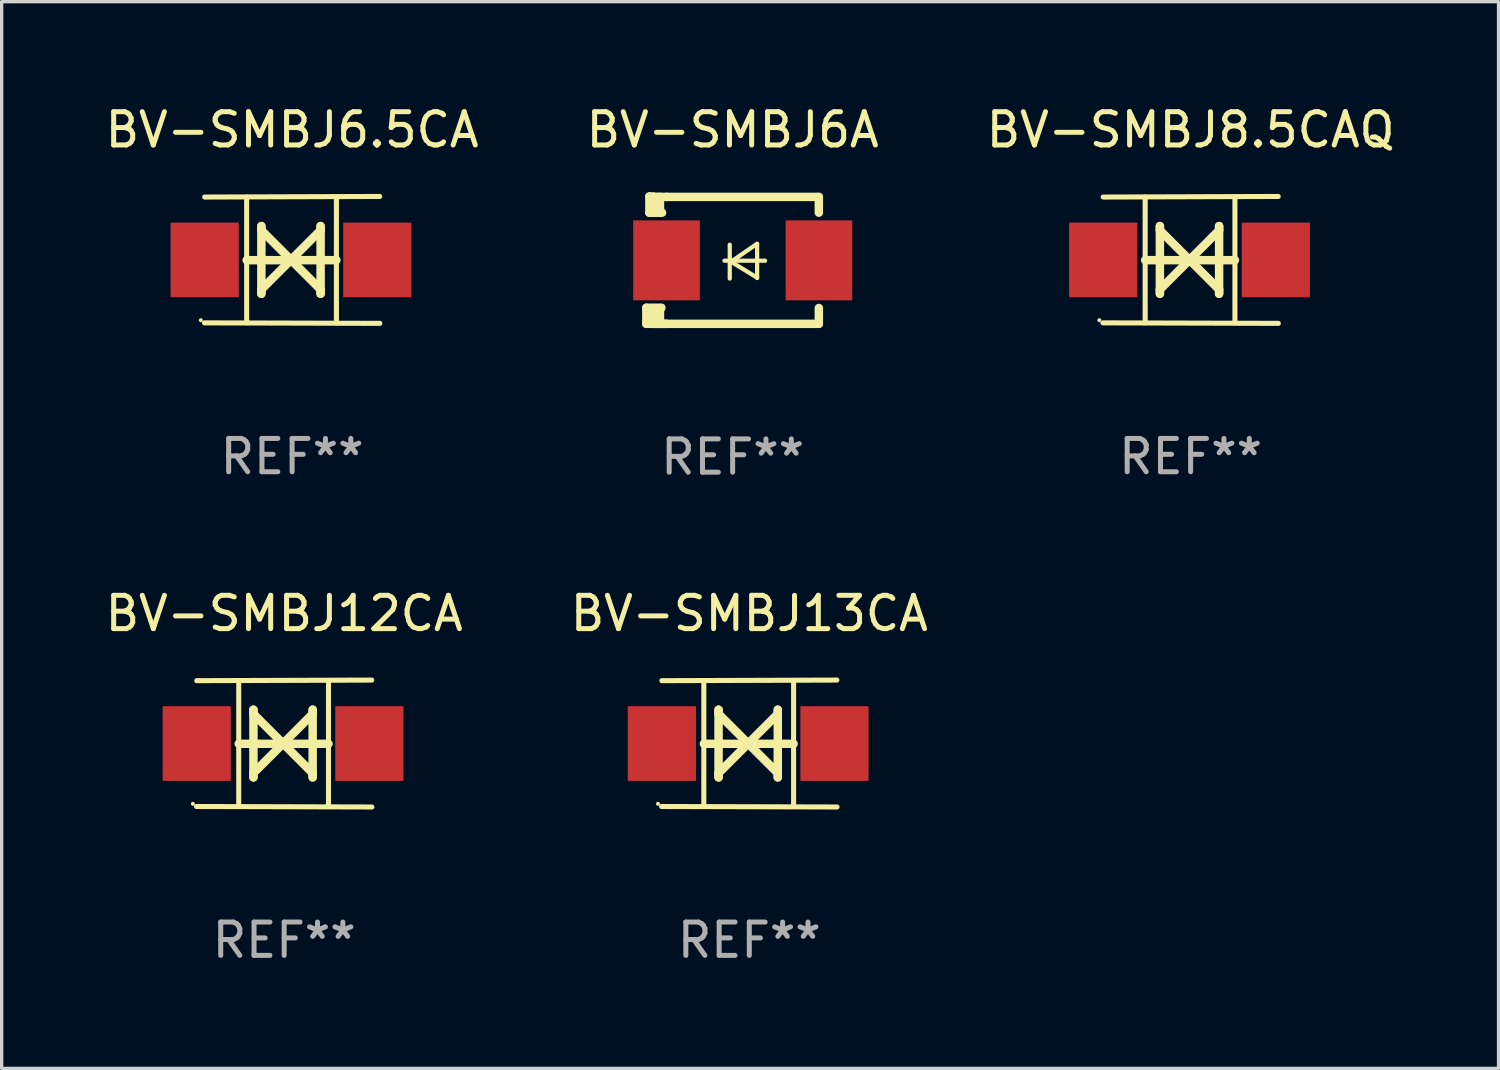
<source format=kicad_pcb>
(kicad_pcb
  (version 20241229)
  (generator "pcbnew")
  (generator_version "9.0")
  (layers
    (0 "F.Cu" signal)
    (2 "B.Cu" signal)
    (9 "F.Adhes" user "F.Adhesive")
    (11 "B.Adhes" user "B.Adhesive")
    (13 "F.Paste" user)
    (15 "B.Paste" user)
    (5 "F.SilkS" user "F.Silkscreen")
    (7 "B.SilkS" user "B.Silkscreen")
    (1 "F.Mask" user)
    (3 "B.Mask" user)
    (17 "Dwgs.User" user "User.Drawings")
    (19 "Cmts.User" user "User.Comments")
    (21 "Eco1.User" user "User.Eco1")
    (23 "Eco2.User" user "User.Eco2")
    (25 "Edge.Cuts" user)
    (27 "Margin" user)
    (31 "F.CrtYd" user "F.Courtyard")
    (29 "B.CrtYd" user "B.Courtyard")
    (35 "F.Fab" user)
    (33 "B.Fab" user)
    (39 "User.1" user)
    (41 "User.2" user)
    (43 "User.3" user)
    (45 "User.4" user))
  (footprint "BV-SMBJ6A"
    (layer "F.Cu")
    (at 18.946 4.76)
    (property "Reference" "BV-SMBJ6A" (at 0 -3.912 0) (layer "F.SilkS") (effects (font (size 1 1) (thickness 0.15))))
    (attr through_hole)
    (fp_line (start -2.591 1.429) (end -2.139 1.429) (stroke (width 0.254) (type solid)) (layer "F.SilkS"))
    (fp_line (start -2.591 1.912) (end -2.591 1.429) (stroke (width 0.254) (type solid)) (layer "F.SilkS"))
    (fp_line (start -2.499 -1.438) (end -2.499 -1.912) (stroke (width 0.254) (type solid)) (layer "F.SilkS"))
    (fp_line (start -2.499 -1.424) (end -2.499 -1.424) (stroke (width 0.254) (type solid)) (layer "F.SilkS"))
    (fp_line (start -2.498 -1.905) (end -2.365 -1.898) (stroke (width 0.254) (type solid)) (layer "F.SilkS"))
    (fp_line (start -2.365 -1.898) (end -2.365 -1.898) (stroke (width 0.254) (type solid)) (layer "F.SilkS"))
    (fp_line (start -2.365 -1.898) (end -2.365 -1.423) (stroke (width 0.254) (type solid)) (layer "F.SilkS"))
    (fp_line (start -2.364 1.438) (end -2.364 1.912) (stroke (width 0.254) (type solid)) (layer "F.SilkS"))
    (fp_line (start -2.364 1.912) (end -1.984 1.912) (stroke (width 0.254) (type solid)) (layer "F.SilkS"))
    (fp_line (start -2.182 -1.424) (end -2.182 -1.898) (stroke (width 0.254) (type solid)) (layer "F.SilkS"))
    (fp_line (start -2.182 1.912) (end -2.182 1.438) (stroke (width 0.254) (type solid)) (layer "F.SilkS"))
    (fp_line (start -2.119 -1.424) (end -2.499 -1.424) (stroke (width 0.254) (type solid)) (layer "F.SilkS"))
    (fp_line (start -1.984 -1.898) (end 2.588 -1.898) (stroke (width 0.254) (type solid)) (layer "F.SilkS"))
    (fp_line (start -1.984 -1.898) (end -2.498 -1.905) (stroke (width 0.254) (type solid)) (layer "F.SilkS"))
    (fp_line (start -0.246 0.017) (end 0.973 0.017) (stroke (width 0.127) (type solid)) (layer "F.SilkS"))
    (fp_line (start -0.087 -0.463) (end -0.087 0.553) (stroke (width 0.127) (type solid)) (layer "F.SilkS"))
    (fp_line (start -0.048 0.047) (end 0.735 0.527) (stroke (width 0.127) (type solid)) (layer "F.SilkS"))
    (fp_line (start 0.735 -0.493) (end -0.048 0.047) (stroke (width 0.127) (type solid)) (layer "F.SilkS"))
    (fp_line (start 0.735 0.537) (end 0.735 -0.479) (stroke (width 0.127) (type solid)) (layer "F.SilkS"))
    (fp_line (start 2.588 -1.898) (end 2.588 -1.424) (stroke (width 0.254) (type solid)) (layer "F.SilkS"))
    (fp_line (start 2.588 1.437) (end 2.588 1.912) (stroke (width 0.254) (type solid)) (layer "F.SilkS"))
    (fp_line (start 2.588 1.912) (end -2.591 1.912) (stroke (width 0.254) (type solid)) (layer "F.SilkS"))
    (fp_circle (center -2.348 1.807) (end -2.318 1.807) (stroke (width 0.06) (type solid)) (fill no) (layer "F.SilkS"))
    (fp_text user "REF**" (at 0 5.912 0) (layer "F.Fab") (effects (font (size 1 1) (thickness 0.15))))
    (pad "1" smd rect (at -1.985 0.007) (size 2 2.4) (layers "F.Cu" "F.Mask" "F.Paste"))
    (pad "2" smd rect (at 2.591 0.007) (size 2 2.4) (layers "F.Cu" "F.Mask" "F.Paste")))
  (footprint "BV-SMBJ8.5CAQ"
    (layer "F.Cu")
    (at 32.696 4.753)
    (property "Reference" "BV-SMBJ8.5CAQ" (at 0 -3.905 0) (layer "F.SilkS") (effects (font (size 1 1) (thickness 0.15))))
    (attr through_hole)
    (fp_line (start -1.365 1.886) (end -1.365 -1.886) (stroke (width 0.152) (type solid)) (layer "F.SilkS"))
    (fp_line (start -1.365 0.008) (end 1.33 0.008) (stroke (width 0.254) (type solid)) (layer "F.SilkS"))
    (fp_line (start -0.923 -1.016) (end -0.923 1.016) (stroke (width 0.254) (type solid)) (layer "F.SilkS"))
    (fp_line (start -0.923 -0.889) (end -0.923 -1.016) (stroke (width 0.254) (type solid)) (layer "F.SilkS"))
    (fp_line (start -0.923 0.889) (end -0.034 0) (stroke (width 0.254) (type solid)) (layer "F.SilkS"))
    (fp_line (start -0.923 1.016) (end -0.923 0.889) (stroke (width 0.254) (type solid)) (layer "F.SilkS"))
    (fp_line (start -0.034 0) (end -0.923 -0.889) (stroke (width 0.254) (type solid)) (layer "F.SilkS"))
    (fp_line (start -0.034 0) (end 0.855 0.889) (stroke (width 0.254) (type solid)) (layer "F.SilkS"))
    (fp_line (start 0.855 -1.016) (end 0.855 -0.889) (stroke (width 0.254) (type solid)) (layer "F.SilkS"))
    (fp_line (start 0.855 -0.889) (end -0.034 0) (stroke (width 0.254) (type solid)) (layer "F.SilkS"))
    (fp_line (start 0.855 0.889) (end 0.855 1.016) (stroke (width 0.254) (type solid)) (layer "F.SilkS"))
    (fp_line (start 0.855 1.016) (end 0.855 -1.016) (stroke (width 0.254) (type solid)) (layer "F.SilkS"))
    (fp_line (start 1.33 1.886) (end 1.33 -1.886) (stroke (width 0.152) (type solid)) (layer "F.SilkS"))
    (fp_line (start 2.629 -1.905) (end -2.625 -1.887) (stroke (width 0.152) (type solid)) (layer "F.SilkS"))
    (fp_line (start 2.633 1.905) (end -2.633 1.89) (stroke (width 0.152) (type solid)) (layer "F.SilkS"))
    (fp_circle (center -2.741 1.81) (end -2.711 1.81) (stroke (width 0.06) (type solid)) (fill no) (layer "F.SilkS"))
    (fp_text user "REF**" (at 0 5.905 0) (layer "F.Fab") (effects (font (size 1 1) (thickness 0.15))))
    (pad "1" smd rect (at -2.625 0) (size 2.047 2.241) (layers "F.Cu" "F.Mask" "F.Paste"))
    (pad "2" smd rect (at 2.557 0) (size 2.047 2.241) (layers "F.Cu" "F.Mask" "F.Paste")))
  (footprint "BV-SMBJ12CA"
    (layer "F.Cu")
    (at 5.482 19.273)
    (property "Reference" "BV-SMBJ12CA" (at 0 -3.905 0) (layer "F.SilkS") (effects (font (size 1 1) (thickness 0.15))))
    (attr through_hole)
    (fp_line (start -1.365 1.886) (end -1.365 -1.886) (stroke (width 0.152) (type solid)) (layer "F.SilkS"))
    (fp_line (start -1.365 0.008) (end 1.33 0.008) (stroke (width 0.254) (type solid)) (layer "F.SilkS"))
    (fp_line (start -0.923 -1.016) (end -0.923 1.016) (stroke (width 0.254) (type solid)) (layer "F.SilkS"))
    (fp_line (start -0.923 -0.889) (end -0.923 -1.016) (stroke (width 0.254) (type solid)) (layer "F.SilkS"))
    (fp_line (start -0.923 0.889) (end -0.034 0) (stroke (width 0.254) (type solid)) (layer "F.SilkS"))
    (fp_line (start -0.923 1.016) (end -0.923 0.889) (stroke (width 0.254) (type solid)) (layer "F.SilkS"))
    (fp_line (start -0.034 0) (end -0.923 -0.889) (stroke (width 0.254) (type solid)) (layer "F.SilkS"))
    (fp_line (start -0.034 0) (end 0.855 0.889) (stroke (width 0.254) (type solid)) (layer "F.SilkS"))
    (fp_line (start 0.855 -1.016) (end 0.855 -0.889) (stroke (width 0.254) (type solid)) (layer "F.SilkS"))
    (fp_line (start 0.855 -0.889) (end -0.034 0) (stroke (width 0.254) (type solid)) (layer "F.SilkS"))
    (fp_line (start 0.855 0.889) (end 0.855 1.016) (stroke (width 0.254) (type solid)) (layer "F.SilkS"))
    (fp_line (start 0.855 1.016) (end 0.855 -1.016) (stroke (width 0.254) (type solid)) (layer "F.SilkS"))
    (fp_line (start 1.33 1.886) (end 1.33 -1.886) (stroke (width 0.152) (type solid)) (layer "F.SilkS"))
    (fp_line (start 2.629 -1.905) (end -2.625 -1.887) (stroke (width 0.152) (type solid)) (layer "F.SilkS"))
    (fp_line (start 2.633 1.905) (end -2.633 1.89) (stroke (width 0.152) (type solid)) (layer "F.SilkS"))
    (fp_circle (center -2.741 1.81) (end -2.711 1.81) (stroke (width 0.06) (type solid)) (fill no) (layer "F.SilkS"))
    (fp_text user "REF**" (at 0 5.905 0) (layer "F.Fab") (effects (font (size 1 1) (thickness 0.15))))
    (pad "1" smd rect (at -2.625 0) (size 2.047 2.241) (layers "F.Cu" "F.Mask" "F.Paste"))
    (pad "2" smd rect (at 2.557 0) (size 2.047 2.241) (layers "F.Cu" "F.Mask" "F.Paste")))
  (footprint "BV-SMBJ6.5CA"
    (layer "F.Cu")
    (at 5.72 4.753)
    (property "Reference" "BV-SMBJ6.5CA" (at 0 -3.905 0) (layer "F.SilkS") (effects (font (size 1 1) (thickness 0.15))))
    (attr through_hole)
    (fp_line (start -1.365 1.886) (end -1.365 -1.886) (stroke (width 0.152) (type solid)) (layer "F.SilkS"))
    (fp_line (start -1.365 0.008) (end 1.33 0.008) (stroke (width 0.254) (type solid)) (layer "F.SilkS"))
    (fp_line (start -0.923 -1.016) (end -0.923 1.016) (stroke (width 0.254) (type solid)) (layer "F.SilkS"))
    (fp_line (start -0.923 -0.889) (end -0.923 -1.016) (stroke (width 0.254) (type solid)) (layer "F.SilkS"))
    (fp_line (start -0.923 0.889) (end -0.034 0) (stroke (width 0.254) (type solid)) (layer "F.SilkS"))
    (fp_line (start -0.923 1.016) (end -0.923 0.889) (stroke (width 0.254) (type solid)) (layer "F.SilkS"))
    (fp_line (start -0.034 0) (end -0.923 -0.889) (stroke (width 0.254) (type solid)) (layer "F.SilkS"))
    (fp_line (start -0.034 0) (end 0.855 0.889) (stroke (width 0.254) (type solid)) (layer "F.SilkS"))
    (fp_line (start 0.855 -1.016) (end 0.855 -0.889) (stroke (width 0.254) (type solid)) (layer "F.SilkS"))
    (fp_line (start 0.855 -0.889) (end -0.034 0) (stroke (width 0.254) (type solid)) (layer "F.SilkS"))
    (fp_line (start 0.855 0.889) (end 0.855 1.016) (stroke (width 0.254) (type solid)) (layer "F.SilkS"))
    (fp_line (start 0.855 1.016) (end 0.855 -1.016) (stroke (width 0.254) (type solid)) (layer "F.SilkS"))
    (fp_line (start 1.33 1.886) (end 1.33 -1.886) (stroke (width 0.152) (type solid)) (layer "F.SilkS"))
    (fp_line (start 2.629 -1.905) (end -2.625 -1.887) (stroke (width 0.152) (type solid)) (layer "F.SilkS"))
    (fp_line (start 2.633 1.905) (end -2.633 1.89) (stroke (width 0.152) (type solid)) (layer "F.SilkS"))
    (fp_circle (center -2.741 1.81) (end -2.711 1.81) (stroke (width 0.06) (type solid)) (fill no) (layer "F.SilkS"))
    (fp_text user "REF**" (at 0 5.905 0) (layer "F.Fab") (effects (font (size 1 1) (thickness 0.15))))
    (pad "1" smd rect (at -2.625 0) (size 2.047 2.241) (layers "F.Cu" "F.Mask" "F.Paste"))
    (pad "2" smd rect (at 2.557 0) (size 2.047 2.241) (layers "F.Cu" "F.Mask" "F.Paste")))
  (footprint "BV-SMBJ13CA"
    (layer "F.Cu")
    (at 19.446 19.273)
    (property "Reference" "BV-SMBJ13CA" (at 0 -3.905 0) (layer "F.SilkS") (effects (font (size 1 1) (thickness 0.15))))
    (attr through_hole)
    (fp_line (start -1.365 1.886) (end -1.365 -1.886) (stroke (width 0.152) (type solid)) (layer "F.SilkS"))
    (fp_line (start -1.365 0.008) (end 1.33 0.008) (stroke (width 0.254) (type solid)) (layer "F.SilkS"))
    (fp_line (start -0.923 -1.016) (end -0.923 1.016) (stroke (width 0.254) (type solid)) (layer "F.SilkS"))
    (fp_line (start -0.923 -0.889) (end -0.923 -1.016) (stroke (width 0.254) (type solid)) (layer "F.SilkS"))
    (fp_line (start -0.923 0.889) (end -0.034 0) (stroke (width 0.254) (type solid)) (layer "F.SilkS"))
    (fp_line (start -0.923 1.016) (end -0.923 0.889) (stroke (width 0.254) (type solid)) (layer "F.SilkS"))
    (fp_line (start -0.034 0) (end -0.923 -0.889) (stroke (width 0.254) (type solid)) (layer "F.SilkS"))
    (fp_line (start -0.034 0) (end 0.855 0.889) (stroke (width 0.254) (type solid)) (layer "F.SilkS"))
    (fp_line (start 0.855 -1.016) (end 0.855 -0.889) (stroke (width 0.254) (type solid)) (layer "F.SilkS"))
    (fp_line (start 0.855 -0.889) (end -0.034 0) (stroke (width 0.254) (type solid)) (layer "F.SilkS"))
    (fp_line (start 0.855 0.889) (end 0.855 1.016) (stroke (width 0.254) (type solid)) (layer "F.SilkS"))
    (fp_line (start 0.855 1.016) (end 0.855 -1.016) (stroke (width 0.254) (type solid)) (layer "F.SilkS"))
    (fp_line (start 1.33 1.886) (end 1.33 -1.886) (stroke (width 0.152) (type solid)) (layer "F.SilkS"))
    (fp_line (start 2.629 -1.905) (end -2.625 -1.887) (stroke (width 0.152) (type solid)) (layer "F.SilkS"))
    (fp_line (start 2.633 1.905) (end -2.633 1.89) (stroke (width 0.152) (type solid)) (layer "F.SilkS"))
    (fp_circle (center -2.741 1.81) (end -2.711 1.81) (stroke (width 0.06) (type solid)) (fill no) (layer "F.SilkS"))
    (fp_text user "REF**" (at 0 5.905 0) (layer "F.Fab") (effects (font (size 1 1) (thickness 0.15))))
    (pad "1" smd rect (at -2.625 0) (size 2.047 2.241) (layers "F.Cu" "F.Mask" "F.Paste"))
    (pad "2" smd rect (at 2.557 0) (size 2.047 2.241) (layers "F.Cu" "F.Mask" "F.Paste")))
  (gr_rect
    (start -3 -3)
    (end 41.94 29.026)
    (stroke (width 0.1) (type default))
    (fill no)
    (layer "Edge.Cuts")))
</source>
